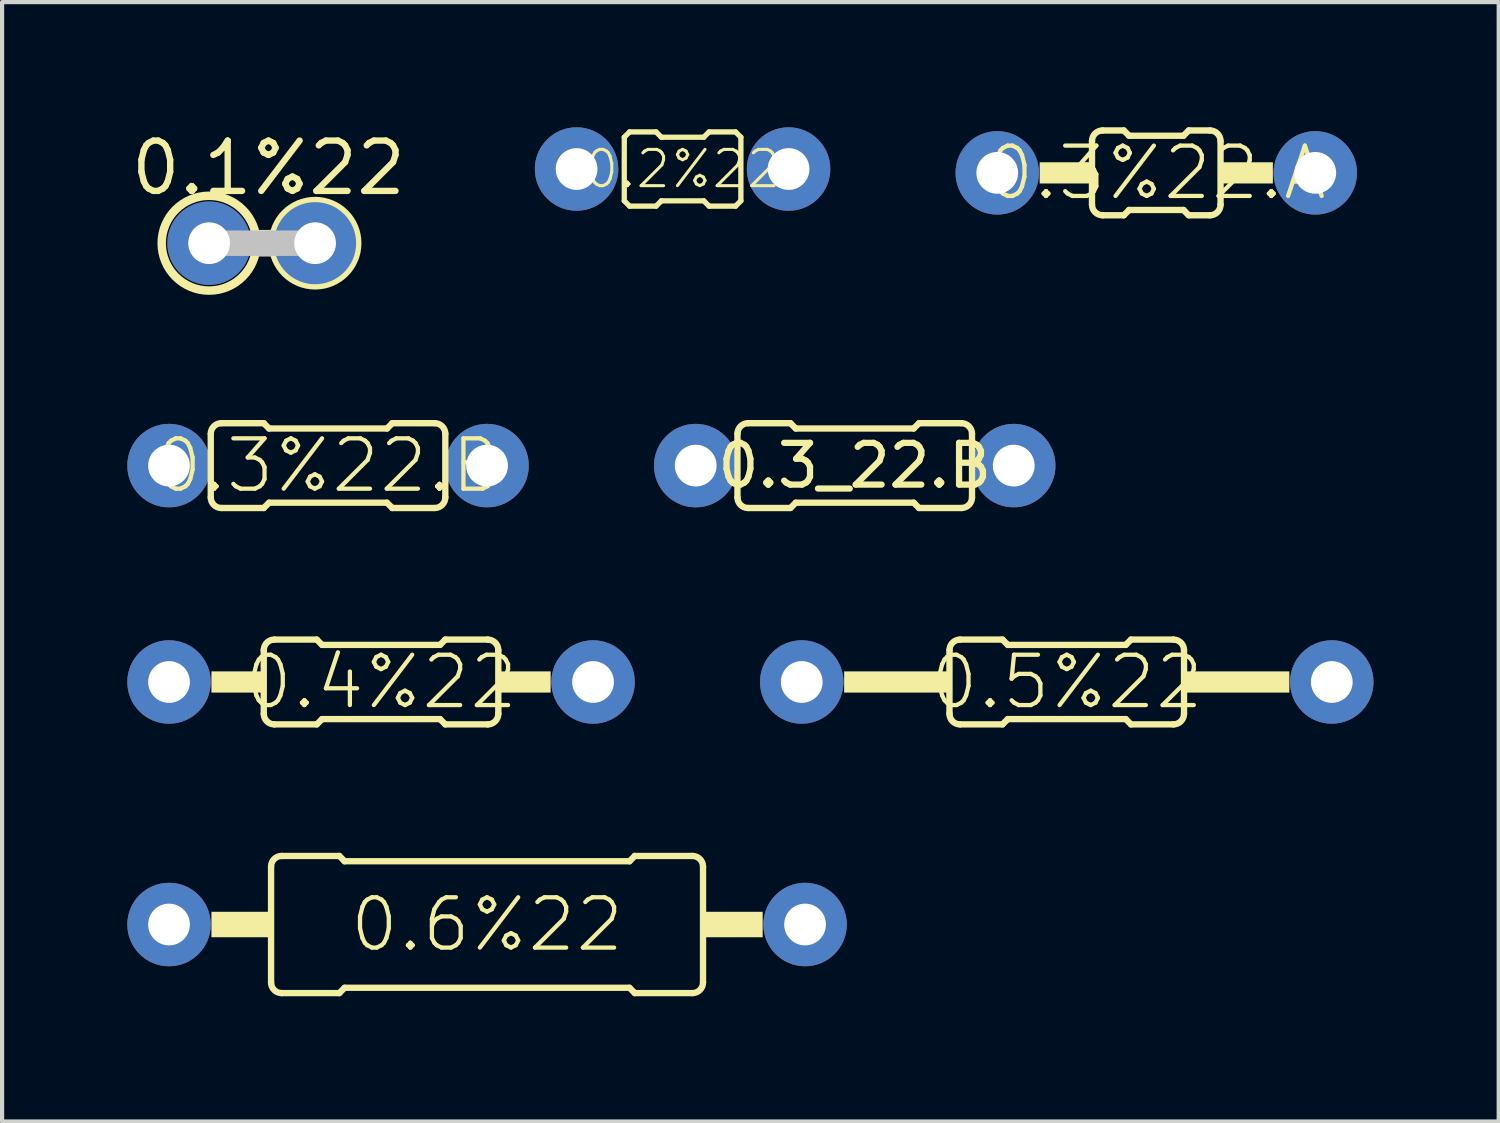
<source format=kicad_pcb>
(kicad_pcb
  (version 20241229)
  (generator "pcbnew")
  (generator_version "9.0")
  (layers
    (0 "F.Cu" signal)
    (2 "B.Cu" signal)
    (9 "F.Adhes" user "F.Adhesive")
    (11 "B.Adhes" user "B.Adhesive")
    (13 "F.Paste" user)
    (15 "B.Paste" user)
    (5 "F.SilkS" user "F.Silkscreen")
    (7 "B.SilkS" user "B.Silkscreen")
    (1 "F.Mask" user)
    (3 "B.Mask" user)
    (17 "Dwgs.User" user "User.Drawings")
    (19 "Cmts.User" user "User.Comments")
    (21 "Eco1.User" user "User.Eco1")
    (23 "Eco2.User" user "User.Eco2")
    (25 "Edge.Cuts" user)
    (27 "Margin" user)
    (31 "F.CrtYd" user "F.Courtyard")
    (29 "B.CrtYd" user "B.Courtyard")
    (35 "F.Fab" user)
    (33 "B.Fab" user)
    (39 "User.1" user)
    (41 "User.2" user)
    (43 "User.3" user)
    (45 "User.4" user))
  (footprint "0.5%22"
    (layer "F.Cu")
    (at 22.51 13.291)
    (property "Reference" "0.5%22" (at 0 0 0) (layer "F.SilkS") (effects (font (size 1.206 1.206) (thickness 0.102))))
    (attr through_hole)
    (fp_line (start -2.81 0.762) (end -2.81 -0.762) (stroke (width 0.152) (type solid)) (layer "F.SilkS"))
    (fp_line (start -2.556 -1.016) (end -1.54 -1.016) (stroke (width 0.152) (type solid)) (layer "F.SilkS"))
    (fp_line (start -2.556 1.016) (end -1.54 1.016) (stroke (width 0.152) (type solid)) (layer "F.SilkS"))
    (fp_line (start -1.413 -0.889) (end -1.54 -1.016) (stroke (width 0.152) (type solid)) (layer "F.SilkS"))
    (fp_line (start -1.413 0.889) (end -1.54 1.016) (stroke (width 0.152) (type solid)) (layer "F.SilkS"))
    (fp_line (start 1.413 -0.889) (end -1.413 -0.889) (stroke (width 0.152) (type solid)) (layer "F.SilkS"))
    (fp_line (start 1.413 -0.889) (end 1.54 -1.016) (stroke (width 0.152) (type solid)) (layer "F.SilkS"))
    (fp_line (start 1.413 0.889) (end -1.413 0.889) (stroke (width 0.152) (type solid)) (layer "F.SilkS"))
    (fp_line (start 1.413 0.889) (end 1.54 1.016) (stroke (width 0.152) (type solid)) (layer "F.SilkS"))
    (fp_line (start 2.556 -1.016) (end 1.54 -1.016) (stroke (width 0.152) (type solid)) (layer "F.SilkS"))
    (fp_line (start 2.556 1.016) (end 1.54 1.016) (stroke (width 0.152) (type solid)) (layer "F.SilkS"))
    (fp_line (start 2.81 0.762) (end 2.81 -0.762) (stroke (width 0.152) (type solid)) (layer "F.SilkS"))
    (fp_arc (start -2.81 -0.762) (mid -2.735605 -0.941605) (end -2.556 -1.016) (stroke (width 0.1524) (type solid)) (layer "F.SilkS"))
    (fp_arc (start -2.556 1.016) (mid -2.735605 0.941605) (end -2.81 0.762) (stroke (width 0.1524) (type solid)) (layer "F.SilkS"))
    (fp_arc (start 2.556 -1.016) (mid 2.735605 -0.941605) (end 2.81 -0.762) (stroke (width 0.1524) (type solid)) (layer "F.SilkS"))
    (fp_arc (start 2.81 0.762) (mid 2.735605 0.941605) (end 2.556 1.016) (stroke (width 0.1524) (type solid)) (layer "F.SilkS"))
    (fp_poly (pts (xy -5.334 0.254) (xy -2.81 0.254) (xy -2.81 -0.254) (xy -5.334 -0.254)) (stroke (width 0) (type solid)) (fill yes) (layer "F.SilkS"))
    (fp_poly (pts (xy 2.81 0.254) (xy 5.334 0.254) (xy 5.334 -0.254) (xy 2.81 -0.254)) (stroke (width 0) (type solid)) (fill yes) (layer "F.SilkS"))
    (pad "1" thru_hole oval (at -6.35 0) (size 2 2) (drill 1) (layers "*.Cu" "*.Mask"))
    (pad "2" thru_hole oval (at 6.35 0) (size 2 2) (drill 1) (layers "*.Cu" "*.Mask")))
  (footprint "0.3%22.B"
    (layer "F.Cu")
    (at 4.81 8.106)
    (property "Reference" "0.3%22.B" (at 0 0 0) (layer "F.SilkS") (effects (font (size 1.206 1.206) (thickness 0.102))))
    (attr through_hole)
    (fp_line (start -2.81 0.762) (end -2.81 -0.762) (stroke (width 0.152) (type solid)) (layer "F.SilkS"))
    (fp_line (start -2.556 -1.016) (end -1.54 -1.016) (stroke (width 0.152) (type solid)) (layer "F.SilkS"))
    (fp_line (start -2.556 1.016) (end -1.54 1.016) (stroke (width 0.152) (type solid)) (layer "F.SilkS"))
    (fp_line (start -1.413 -0.889) (end -1.54 -1.016) (stroke (width 0.152) (type solid)) (layer "F.SilkS"))
    (fp_line (start -1.413 0.889) (end -1.54 1.016) (stroke (width 0.152) (type solid)) (layer "F.SilkS"))
    (fp_line (start 1.413 -0.889) (end -1.413 -0.889) (stroke (width 0.152) (type solid)) (layer "F.SilkS"))
    (fp_line (start 1.413 -0.889) (end 1.54 -1.016) (stroke (width 0.152) (type solid)) (layer "F.SilkS"))
    (fp_line (start 1.413 0.889) (end -1.413 0.889) (stroke (width 0.152) (type solid)) (layer "F.SilkS"))
    (fp_line (start 1.413 0.889) (end 1.54 1.016) (stroke (width 0.152) (type solid)) (layer "F.SilkS"))
    (fp_line (start 2.556 -1.016) (end 1.54 -1.016) (stroke (width 0.152) (type solid)) (layer "F.SilkS"))
    (fp_line (start 2.556 1.016) (end 1.54 1.016) (stroke (width 0.152) (type solid)) (layer "F.SilkS"))
    (fp_line (start 2.81 0.762) (end 2.81 -0.762) (stroke (width 0.152) (type solid)) (layer "F.SilkS"))
    (fp_arc (start -2.81 -0.762) (mid -2.735605 -0.941605) (end -2.556 -1.016) (stroke (width 0.1524) (type solid)) (layer "F.SilkS"))
    (fp_arc (start -2.556 1.016) (mid -2.735605 0.941605) (end -2.81 0.762) (stroke (width 0.1524) (type solid)) (layer "F.SilkS"))
    (fp_arc (start 2.556 -1.016) (mid 2.735605 -0.941605) (end 2.81 -0.762) (stroke (width 0.1524) (type solid)) (layer "F.SilkS"))
    (fp_arc (start 2.81 0.762) (mid 2.735605 0.941605) (end 2.556 1.016) (stroke (width 0.1524) (type solid)) (layer "F.SilkS"))
    (pad "1" thru_hole oval (at -3.81 0) (size 2 2) (drill 1) (layers "*.Cu" "*.Mask"))
    (pad "2" thru_hole oval (at 3.81 0) (size 2 2) (drill 1) (layers "*.Cu" "*.Mask")))
  (footprint "0.6%22"
    (layer "F.Cu")
    (at 8.62 19.102)
    (property "Reference" "0.6%22" (at 0 0 0) (layer "F.SilkS") (effects (font (size 1.206 1.206) (thickness 0.102))))
    (attr through_hole)
    (fp_line (start -5.175 1.389) (end -5.175 -1.389) (stroke (width 0.152) (type solid)) (layer "F.SilkS"))
    (fp_line (start -4.921 -1.643) (end -3.54 -1.643) (stroke (width 0.152) (type solid)) (layer "F.SilkS"))
    (fp_line (start -4.921 1.643) (end -3.54 1.643) (stroke (width 0.152) (type solid)) (layer "F.SilkS"))
    (fp_line (start -3.413 -1.516) (end -3.54 -1.643) (stroke (width 0.152) (type solid)) (layer "F.SilkS"))
    (fp_line (start -3.413 1.516) (end -3.54 1.643) (stroke (width 0.152) (type solid)) (layer "F.SilkS"))
    (fp_line (start 3.413 -1.516) (end -3.413 -1.516) (stroke (width 0.152) (type solid)) (layer "F.SilkS"))
    (fp_line (start 3.413 -1.516) (end 3.54 -1.643) (stroke (width 0.152) (type solid)) (layer "F.SilkS"))
    (fp_line (start 3.413 1.516) (end -3.413 1.516) (stroke (width 0.152) (type solid)) (layer "F.SilkS"))
    (fp_line (start 3.413 1.516) (end 3.54 1.643) (stroke (width 0.152) (type solid)) (layer "F.SilkS"))
    (fp_line (start 4.921 -1.643) (end 3.54 -1.643) (stroke (width 0.152) (type solid)) (layer "F.SilkS"))
    (fp_line (start 4.921 1.643) (end 3.54 1.643) (stroke (width 0.152) (type solid)) (layer "F.SilkS"))
    (fp_line (start 5.175 1.389) (end 5.175 -1.389) (stroke (width 0.152) (type solid)) (layer "F.SilkS"))
    (fp_arc (start -5.175 -1.389) (mid -5.100605 -1.568605) (end -4.921 -1.643) (stroke (width 0.1524) (type solid)) (layer "F.SilkS"))
    (fp_arc (start -4.921 1.643) (mid -5.100605 1.568605) (end -5.175 1.389) (stroke (width 0.1524) (type solid)) (layer "F.SilkS"))
    (fp_arc (start 4.921 -1.643) (mid 5.100605 -1.568605) (end 5.175 -1.389) (stroke (width 0.1524) (type solid)) (layer "F.SilkS"))
    (fp_arc (start 5.175 1.389) (mid 5.100605 1.568605) (end 4.921 1.643) (stroke (width 0.1524) (type solid)) (layer "F.SilkS"))
    (fp_poly (pts (xy -6.604 0.305) (xy -5.175 0.305) (xy -5.175 -0.305) (xy -6.604 -0.305)) (stroke (width 0) (type solid)) (fill yes) (layer "F.SilkS"))
    (fp_poly (pts (xy 5.175 0.305) (xy 6.604 0.305) (xy 6.604 -0.305) (xy 5.175 -0.305)) (stroke (width 0) (type solid)) (fill yes) (layer "F.SilkS"))
    (pad "1" thru_hole oval (at -7.62 0) (size 2 2) (drill 1) (layers "*.Cu" "*.Mask"))
    (pad "2" thru_hole oval (at 7.62 0) (size 2 2) (drill 1) (layers "*.Cu" "*.Mask")))
  (footprint "0.1%22"
    (layer "F.Cu")
    (at 3.23 2.777)
    (property "Reference" "0.1%22" (at 0.152 -1.803 0) (layer "F.SilkS") (effects (font (size 1.206 1.206) (thickness 0.152))))
    (attr through_hole)
    (fp_line (start -0.203 -0.254) (end 0.254 -0.254) (stroke (width 0.127) (type solid)) (layer "F.SilkS"))
    (fp_line (start -0.203 0.254) (end 0.254 0.254) (stroke (width 0.127) (type solid)) (layer "F.SilkS"))
    (fp_circle (center -1.27 0) (end -0.134 0) (stroke (width 0.203) (type solid)) (fill no) (layer "F.SilkS"))
    (fp_circle (center 1.27 0) (end 2.317 0) (stroke (width 0.127) (type solid)) (fill no) (layer "F.SilkS"))
    (fp_line (start -1.27 0) (end 1.27 0) (stroke (width 0.61) (type solid)) (layer "Dwgs.User"))
    (pad "1" thru_hole oval (at -1.27 0) (size 2 2) (drill 1) (layers "*.Cu" "*.Mask"))
    (pad "2" thru_hole oval (at 1.27 0) (size 2 2) (drill 1) (layers "*.Cu" "*.Mask")))
  (footprint "0.4%22"
    (layer "F.Cu")
    (at 6.08 13.291)
    (property "Reference" "0.4%22" (at 0 0 0) (layer "F.SilkS") (effects (font (size 1.206 1.206) (thickness 0.102))))
    (attr through_hole)
    (fp_line (start -2.81 0.762) (end -2.81 -0.762) (stroke (width 0.152) (type solid)) (layer "F.SilkS"))
    (fp_line (start -2.556 -1.016) (end -1.54 -1.016) (stroke (width 0.152) (type solid)) (layer "F.SilkS"))
    (fp_line (start -2.556 1.016) (end -1.54 1.016) (stroke (width 0.152) (type solid)) (layer "F.SilkS"))
    (fp_line (start -1.413 -0.889) (end -1.54 -1.016) (stroke (width 0.152) (type solid)) (layer "F.SilkS"))
    (fp_line (start -1.413 0.889) (end -1.54 1.016) (stroke (width 0.152) (type solid)) (layer "F.SilkS"))
    (fp_line (start 1.413 -0.889) (end -1.413 -0.889) (stroke (width 0.152) (type solid)) (layer "F.SilkS"))
    (fp_line (start 1.413 -0.889) (end 1.54 -1.016) (stroke (width 0.152) (type solid)) (layer "F.SilkS"))
    (fp_line (start 1.413 0.889) (end -1.413 0.889) (stroke (width 0.152) (type solid)) (layer "F.SilkS"))
    (fp_line (start 1.413 0.889) (end 1.54 1.016) (stroke (width 0.152) (type solid)) (layer "F.SilkS"))
    (fp_line (start 2.556 -1.016) (end 1.54 -1.016) (stroke (width 0.152) (type solid)) (layer "F.SilkS"))
    (fp_line (start 2.556 1.016) (end 1.54 1.016) (stroke (width 0.152) (type solid)) (layer "F.SilkS"))
    (fp_line (start 2.81 0.762) (end 2.81 -0.762) (stroke (width 0.152) (type solid)) (layer "F.SilkS"))
    (fp_arc (start -2.81 -0.762) (mid -2.735605 -0.941605) (end -2.556 -1.016) (stroke (width 0.1524) (type solid)) (layer "F.SilkS"))
    (fp_arc (start -2.556 1.016) (mid -2.735605 0.941605) (end -2.81 0.762) (stroke (width 0.1524) (type solid)) (layer "F.SilkS"))
    (fp_arc (start 2.556 -1.016) (mid 2.735605 -0.941605) (end 2.81 -0.762) (stroke (width 0.1524) (type solid)) (layer "F.SilkS"))
    (fp_arc (start 2.81 0.762) (mid 2.735605 0.941605) (end 2.556 1.016) (stroke (width 0.1524) (type solid)) (layer "F.SilkS"))
    (fp_poly (pts (xy -4.064 0.254) (xy -2.81 0.254) (xy -2.81 -0.254) (xy -4.064 -0.254)) (stroke (width 0) (type solid)) (fill yes) (layer "F.SilkS"))
    (fp_poly (pts (xy 2.81 0.254) (xy 4.064 0.254) (xy 4.064 -0.254) (xy 2.81 -0.254)) (stroke (width 0) (type solid)) (fill yes) (layer "F.SilkS"))
    (pad "1" thru_hole oval (at -5.08 0) (size 2 2) (drill 1) (layers "*.Cu" "*.Mask"))
    (pad "2" thru_hole oval (at 5.08 0) (size 2 2) (drill 1) (layers "*.Cu" "*.Mask")))
  (footprint "0.2%22"
    (layer "F.Cu")
    (at 13.305 1)
    (property "Reference" "0.2%22" (at 0 0 0) (layer "F.SilkS") (effects (font (size 0.869 0.869) (thickness 0.073))))
    (attr through_hole)
    (fp_line (start -1.397 -0.762) (end -1.397 0.762) (stroke (width 0.127) (type solid)) (layer "F.SilkS"))
    (fp_line (start -1.397 -0.762) (end -1.27 -0.889) (stroke (width 0.127) (type solid)) (layer "F.SilkS"))
    (fp_line (start -1.27 -0.889) (end -0.635 -0.889) (stroke (width 0.127) (type solid)) (layer "F.SilkS"))
    (fp_line (start -1.27 0.889) (end -1.397 0.762) (stroke (width 0.127) (type solid)) (layer "F.SilkS"))
    (fp_line (start -0.635 -0.889) (end -0.508 -0.762) (stroke (width 0.127) (type solid)) (layer "F.SilkS"))
    (fp_line (start -0.635 0.889) (end -1.27 0.889) (stroke (width 0.127) (type solid)) (layer "F.SilkS"))
    (fp_line (start -0.508 -0.762) (end 0.508 -0.762) (stroke (width 0.127) (type solid)) (layer "F.SilkS"))
    (fp_line (start -0.508 0.762) (end -0.635 0.889) (stroke (width 0.127) (type solid)) (layer "F.SilkS"))
    (fp_line (start 0.508 -0.762) (end 0.635 -0.889) (stroke (width 0.127) (type solid)) (layer "F.SilkS"))
    (fp_line (start 0.508 0.762) (end -0.508 0.762) (stroke (width 0.127) (type solid)) (layer "F.SilkS"))
    (fp_line (start 0.635 -0.889) (end 1.27 -0.889) (stroke (width 0.127) (type solid)) (layer "F.SilkS"))
    (fp_line (start 0.635 0.889) (end 0.508 0.762) (stroke (width 0.127) (type solid)) (layer "F.SilkS"))
    (fp_line (start 1.27 -0.889) (end 1.397 -0.762) (stroke (width 0.127) (type solid)) (layer "F.SilkS"))
    (fp_line (start 1.27 0.889) (end 0.635 0.889) (stroke (width 0.127) (type solid)) (layer "F.SilkS"))
    (fp_line (start 1.397 -0.762) (end 1.397 0.762) (stroke (width 0.127) (type solid)) (layer "F.SilkS"))
    (fp_line (start 1.397 0.762) (end 1.27 0.889) (stroke (width 0.127) (type solid)) (layer "F.SilkS"))
    (pad "1" thru_hole oval (at -2.54 0) (size 2 2) (drill 1) (layers "*.Cu" "*.Mask"))
    (pad "2" thru_hole oval (at 2.54 0) (size 2 2) (drill 1) (layers "*.Cu" "*.Mask")))
  (footprint "0.3%22.A"
    (layer "F.Cu")
    (at 24.655 1.092)
    (property "Reference" "0.3%22.A" (at 0 0 0) (layer "F.SilkS") (effects (font (size 1.206 1.206) (thickness 0.102))))
    (attr through_hole)
    (fp_line (start -1.54 0.762) (end -1.54 -0.762) (stroke (width 0.152) (type solid)) (layer "F.SilkS"))
    (fp_line (start -1.286 -1.016) (end -0.778 -1.016) (stroke (width 0.152) (type solid)) (layer "F.SilkS"))
    (fp_line (start -1.286 1.016) (end -0.778 1.016) (stroke (width 0.152) (type solid)) (layer "F.SilkS"))
    (fp_line (start -0.651 -0.889) (end -0.778 -1.016) (stroke (width 0.152) (type solid)) (layer "F.SilkS"))
    (fp_line (start -0.651 0.889) (end -0.778 1.016) (stroke (width 0.152) (type solid)) (layer "F.SilkS"))
    (fp_line (start 0.651 -0.889) (end -0.651 -0.889) (stroke (width 0.152) (type solid)) (layer "F.SilkS"))
    (fp_line (start 0.651 -0.889) (end 0.778 -1.016) (stroke (width 0.152) (type solid)) (layer "F.SilkS"))
    (fp_line (start 0.651 0.889) (end -0.651 0.889) (stroke (width 0.152) (type solid)) (layer "F.SilkS"))
    (fp_line (start 0.651 0.889) (end 0.778 1.016) (stroke (width 0.152) (type solid)) (layer "F.SilkS"))
    (fp_line (start 1.286 -1.016) (end 0.778 -1.016) (stroke (width 0.152) (type solid)) (layer "F.SilkS"))
    (fp_line (start 1.286 1.016) (end 0.778 1.016) (stroke (width 0.152) (type solid)) (layer "F.SilkS"))
    (fp_line (start 1.54 0.762) (end 1.54 -0.762) (stroke (width 0.152) (type solid)) (layer "F.SilkS"))
    (fp_arc (start -1.54 -0.762) (mid -1.465605 -0.941605) (end -1.286 -1.016) (stroke (width 0.1524) (type solid)) (layer "F.SilkS"))
    (fp_arc (start -1.286 1.016) (mid -1.465605 0.941605) (end -1.54 0.762) (stroke (width 0.1524) (type solid)) (layer "F.SilkS"))
    (fp_arc (start 1.286 -1.016) (mid 1.465605 -0.941605) (end 1.54 -0.762) (stroke (width 0.1524) (type solid)) (layer "F.SilkS"))
    (fp_arc (start 1.54 0.762) (mid 1.465605 0.941605) (end 1.286 1.016) (stroke (width 0.1524) (type solid)) (layer "F.SilkS"))
    (fp_poly (pts (xy -2.794 0.254) (xy -1.524 0.254) (xy -1.524 -0.254) (xy -2.794 -0.254)) (stroke (width 0) (type solid)) (fill yes) (layer "F.SilkS"))
    (fp_poly (pts (xy 1.524 0.254) (xy 2.794 0.254) (xy 2.794 -0.254) (xy 1.524 -0.254)) (stroke (width 0) (type solid)) (fill yes) (layer "F.SilkS"))
    (pad "1" thru_hole oval (at -3.81 0) (size 2 2) (drill 1) (layers "*.Cu" "*.Mask"))
    (pad "2" thru_hole oval (at 3.81 0) (size 2 2) (drill 1) (layers "*.Cu" "*.Mask")))
  (footprint "0.3_22.B"
    (layer "F.Cu")
    (at 17.43 8.106)
    (property "Reference" "0.3_22.B" (at 0 0 0) (layer "F.SilkS") (effects (font (size 1 1) (thickness 0.15))))
    (attr through_hole)
    (fp_line (start -2.81 0.762) (end -2.81 -0.762) (stroke (width 0.152) (type solid)) (layer "F.SilkS"))
    (fp_line (start -2.556 -1.016) (end -1.54 -1.016) (stroke (width 0.152) (type solid)) (layer "F.SilkS"))
    (fp_line (start -2.556 1.016) (end -1.54 1.016) (stroke (width 0.152) (type solid)) (layer "F.SilkS"))
    (fp_line (start -1.413 -0.889) (end -1.54 -1.016) (stroke (width 0.152) (type solid)) (layer "F.SilkS"))
    (fp_line (start -1.413 0.889) (end -1.54 1.016) (stroke (width 0.152) (type solid)) (layer "F.SilkS"))
    (fp_line (start 1.413 -0.889) (end -1.413 -0.889) (stroke (width 0.152) (type solid)) (layer "F.SilkS"))
    (fp_line (start 1.413 -0.889) (end 1.54 -1.016) (stroke (width 0.152) (type solid)) (layer "F.SilkS"))
    (fp_line (start 1.413 0.889) (end -1.413 0.889) (stroke (width 0.152) (type solid)) (layer "F.SilkS"))
    (fp_line (start 1.413 0.889) (end 1.54 1.016) (stroke (width 0.152) (type solid)) (layer "F.SilkS"))
    (fp_line (start 2.556 -1.016) (end 1.54 -1.016) (stroke (width 0.152) (type solid)) (layer "F.SilkS"))
    (fp_line (start 2.556 1.016) (end 1.54 1.016) (stroke (width 0.152) (type solid)) (layer "F.SilkS"))
    (fp_line (start 2.81 0.762) (end 2.81 -0.762) (stroke (width 0.152) (type solid)) (layer "F.SilkS"))
    (fp_arc (start -2.81 -0.762) (mid -2.735605 -0.941605) (end -2.556 -1.016) (stroke (width 0.1524) (type solid)) (layer "F.SilkS"))
    (fp_arc (start -2.556 1.016) (mid -2.735605 0.941605) (end -2.81 0.762) (stroke (width 0.1524) (type solid)) (layer "F.SilkS"))
    (fp_arc (start 2.556 -1.016) (mid 2.735605 -0.941605) (end 2.81 -0.762) (stroke (width 0.1524) (type solid)) (layer "F.SilkS"))
    (fp_arc (start 2.81 0.762) (mid 2.735605 0.941605) (end 2.556 1.016) (stroke (width 0.1524) (type solid)) (layer "F.SilkS"))
    (pad "1" thru_hole oval (at -3.81 0) (size 2 2) (drill 1) (layers "*.Cu" "*.Mask"))
    (pad "2" thru_hole oval (at 3.81 0) (size 2 2) (drill 1) (layers "*.Cu" "*.Mask")))
  (gr_rect
    (start -3 -3)
    (end 32.86 23.821)
    (stroke (width 0.1) (type default))
    (fill no)
    (layer "Edge.Cuts")))
</source>
